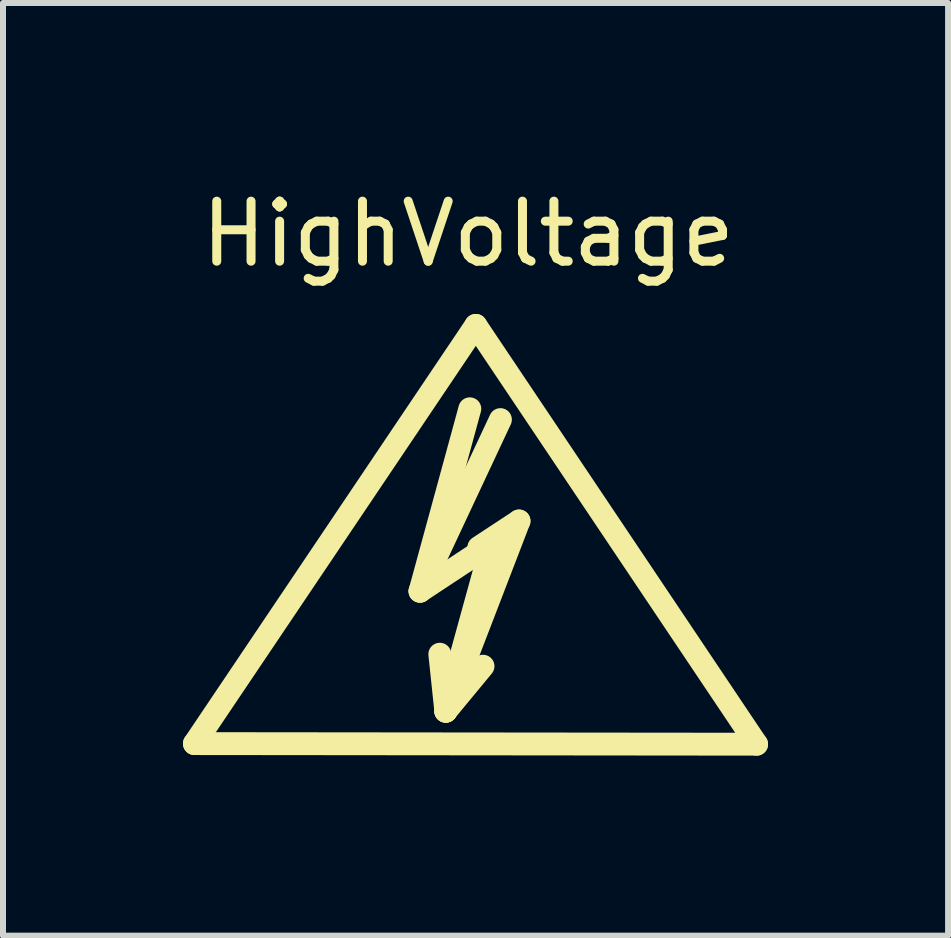
<source format=kicad_pcb>
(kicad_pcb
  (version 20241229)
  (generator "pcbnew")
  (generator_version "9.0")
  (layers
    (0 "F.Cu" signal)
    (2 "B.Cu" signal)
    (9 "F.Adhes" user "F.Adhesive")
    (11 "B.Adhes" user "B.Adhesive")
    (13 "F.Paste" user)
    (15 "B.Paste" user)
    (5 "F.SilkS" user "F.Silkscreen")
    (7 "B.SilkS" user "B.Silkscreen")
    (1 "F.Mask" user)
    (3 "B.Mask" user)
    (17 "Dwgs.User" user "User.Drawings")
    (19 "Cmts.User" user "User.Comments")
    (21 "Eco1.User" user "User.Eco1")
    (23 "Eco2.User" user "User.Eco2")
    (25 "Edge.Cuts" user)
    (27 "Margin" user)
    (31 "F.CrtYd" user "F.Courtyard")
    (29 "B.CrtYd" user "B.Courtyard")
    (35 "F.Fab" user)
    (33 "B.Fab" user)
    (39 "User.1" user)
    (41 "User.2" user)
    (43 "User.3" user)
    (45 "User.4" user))
  (footprint "HighVoltage"
    (layer "F.Cu")
    (at 4.88 6.803)
    (property "Reference" "HighVoltage" (at -0.127 -5.955 0) (layer "F.SilkS") (effects (font (size 1 1) (thickness 0.15))))
    (attr exclude_from_pos_files exclude_from_bom)
    (fp_line (start -4.69 2.54) (end 4.68 2.55) (stroke (width 0.381) (type solid)) (layer "F.SilkS"))
    (fp_line (start -0.93 0) (end 0.16 -0.72) (stroke (width 0.381) (type solid)) (layer "F.SilkS"))
    (fp_line (start -0.93 0) (end 0.41 -2.86) (stroke (width 0.381) (type solid)) (layer "F.SilkS"))
    (fp_line (start -0.5 2) (end -0.6 1.05) (stroke (width 0.381) (type solid)) (layer "F.SilkS"))
    (fp_line (start -0.5 2) (end 0.12 1.25) (stroke (width 0.381) (type solid)) (layer "F.SilkS"))
    (fp_line (start -0.5 2) (end 0.26 -0.76) (stroke (width 0.381) (type solid)) (layer "F.SilkS"))
    (fp_line (start -0.1 -3.04) (end -0.93 0) (stroke (width 0.381) (type solid)) (layer "F.SilkS"))
    (fp_line (start 0 -4.43) (end -4.69 2.54) (stroke (width 0.381) (type solid)) (layer "F.SilkS"))
    (fp_line (start 0.05 -0.73) (end 0.72 -1.17) (stroke (width 0.381) (type solid)) (layer "F.SilkS"))
    (fp_line (start 0.16 -0.72) (end 0.05 -0.73) (stroke (width 0.12) (type solid)) (layer "F.SilkS"))
    (fp_line (start 0.72 -1.17) (end -0.5 2) (stroke (width 0.381) (type solid)) (layer "F.SilkS"))
    (fp_line (start 4.68 2.55) (end 0 -4.43) (stroke (width 0.381) (type solid)) (layer "F.SilkS")))
  (gr_rect
    (start -3 -3)
    (end 12.751 12.544)
    (stroke (width 0.1) (type default))
    (fill no)
    (layer "Edge.Cuts")))
</source>
